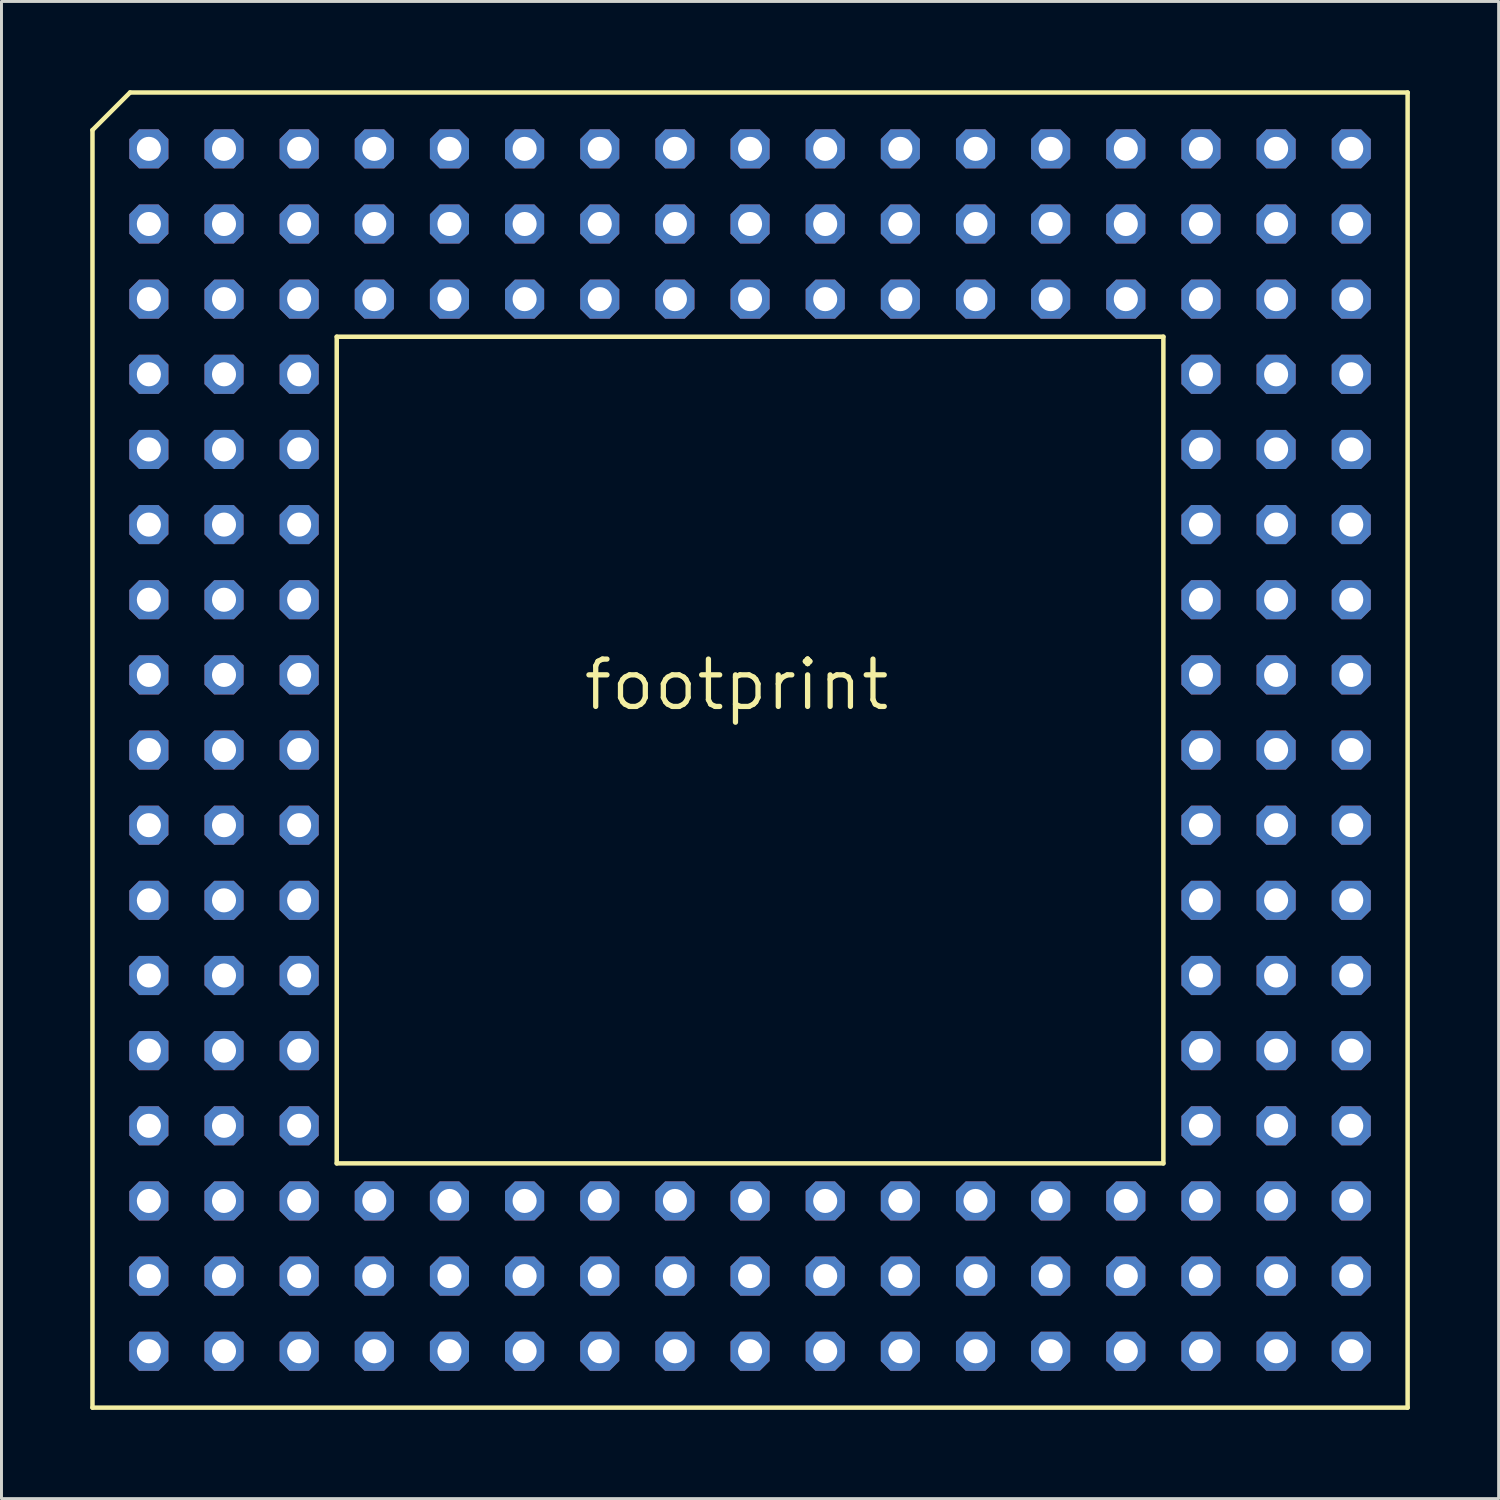
<source format=kicad_pcb>
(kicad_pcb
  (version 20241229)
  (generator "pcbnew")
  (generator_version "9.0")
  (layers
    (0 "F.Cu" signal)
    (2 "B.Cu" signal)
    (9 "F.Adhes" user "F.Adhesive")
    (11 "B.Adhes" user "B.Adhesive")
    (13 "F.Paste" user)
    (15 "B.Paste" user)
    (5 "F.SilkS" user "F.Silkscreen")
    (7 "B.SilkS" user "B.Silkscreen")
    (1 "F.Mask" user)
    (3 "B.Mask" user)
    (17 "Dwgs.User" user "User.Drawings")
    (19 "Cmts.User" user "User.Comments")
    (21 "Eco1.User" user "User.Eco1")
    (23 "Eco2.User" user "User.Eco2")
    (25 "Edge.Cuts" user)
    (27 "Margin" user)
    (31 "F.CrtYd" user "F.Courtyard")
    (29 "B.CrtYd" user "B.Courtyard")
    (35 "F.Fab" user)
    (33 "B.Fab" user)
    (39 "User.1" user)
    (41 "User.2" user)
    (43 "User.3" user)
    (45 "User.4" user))
  (footprint "footprint"
    (layer "F.Cu")
    (at 22.301 22.301)
    (property "Reference" "footprint" (at -5.715 -1.27 0) (layer "F.SilkS") (effects (font (size 1.6 1.6) (thickness 0.178)) (justify left bottom)))
    (fp_line (start -22.225 -20.955) (end -20.955 -22.225) (stroke (width 0.152) (type solid)) (layer "F.SilkS"))
    (fp_line (start -22.225 22.225) (end -22.225 -20.955) (stroke (width 0.152) (type solid)) (layer "F.SilkS"))
    (fp_line (start -20.955 -22.225) (end 22.225 -22.225) (stroke (width 0.152) (type solid)) (layer "F.SilkS"))
    (fp_line (start -13.97 -13.97) (end -13.97 13.97) (stroke (width 0.152) (type solid)) (layer "F.SilkS"))
    (fp_line (start -13.97 -13.97) (end 13.97 -13.97) (stroke (width 0.152) (type solid)) (layer "F.SilkS"))
    (fp_line (start -13.97 13.97) (end 13.97 13.97) (stroke (width 0.152) (type solid)) (layer "F.SilkS"))
    (fp_line (start 13.97 13.97) (end 13.97 -13.97) (stroke (width 0.152) (type solid)) (layer "F.SilkS"))
    (fp_line (start 22.225 -22.225) (end 22.225 22.225) (stroke (width 0.152) (type solid)) (layer "F.SilkS"))
    (fp_line (start 22.225 22.225) (end -22.225 22.225) (stroke (width 0.152) (type solid)) (layer "F.SilkS"))
    (pad "A01" thru_hole roundrect (at -20.32 -20.32 90) (size 1.321 1.321) (drill 0.813) (layers "*.Cu" "*.Mask") (roundrect_rratio 0.25) (chamfer_ratio 0.25) (chamfer top_left top_right bottom_left bottom_right))
    (pad "A02" thru_hole roundrect (at -17.78 -20.32 90) (size 1.321 1.321) (drill 0.813) (layers "*.Cu" "*.Mask") (roundrect_rratio 0.25) (chamfer_ratio 0.25) (chamfer top_left top_right bottom_left bottom_right))
    (pad "A03" thru_hole roundrect (at -15.24 -20.32 90) (size 1.321 1.321) (drill 0.813) (layers "*.Cu" "*.Mask") (roundrect_rratio 0.25) (chamfer_ratio 0.25) (chamfer top_left top_right bottom_left bottom_right))
    (pad "A04" thru_hole roundrect (at -12.7 -20.32 90) (size 1.321 1.321) (drill 0.813) (layers "*.Cu" "*.Mask") (roundrect_rratio 0.25) (chamfer_ratio 0.25) (chamfer top_left top_right bottom_left bottom_right))
    (pad "A05" thru_hole roundrect (at -10.16 -20.32 90) (size 1.321 1.321) (drill 0.813) (layers "*.Cu" "*.Mask") (roundrect_rratio 0.25) (chamfer_ratio 0.25) (chamfer top_left top_right bottom_left bottom_right))
    (pad "A06" thru_hole roundrect (at -7.62 -20.32 90) (size 1.321 1.321) (drill 0.813) (layers "*.Cu" "*.Mask") (roundrect_rratio 0.25) (chamfer_ratio 0.25) (chamfer top_left top_right bottom_left bottom_right))
    (pad "A07" thru_hole roundrect (at -5.08 -20.32 90) (size 1.321 1.321) (drill 0.813) (layers "*.Cu" "*.Mask") (roundrect_rratio 0.25) (chamfer_ratio 0.25) (chamfer top_left top_right bottom_left bottom_right))
    (pad "A08" thru_hole roundrect (at -2.54 -20.32 90) (size 1.321 1.321) (drill 0.813) (layers "*.Cu" "*.Mask") (roundrect_rratio 0.25) (chamfer_ratio 0.25) (chamfer top_left top_right bottom_left bottom_right))
    (pad "A09" thru_hole roundrect (at 0 -20.32 90) (size 1.321 1.321) (drill 0.813) (layers "*.Cu" "*.Mask") (roundrect_rratio 0.25) (chamfer_ratio 0.25) (chamfer top_left top_right bottom_left bottom_right))
    (pad "A10" thru_hole roundrect (at 2.54 -20.32 90) (size 1.321 1.321) (drill 0.813) (layers "*.Cu" "*.Mask") (roundrect_rratio 0.25) (chamfer_ratio 0.25) (chamfer top_left top_right bottom_left bottom_right))
    (pad "A11" thru_hole roundrect (at 5.08 -20.32 90) (size 1.321 1.321) (drill 0.813) (layers "*.Cu" "*.Mask") (roundrect_rratio 0.25) (chamfer_ratio 0.25) (chamfer top_left top_right bottom_left bottom_right))
    (pad "A12" thru_hole roundrect (at 7.62 -20.32 90) (size 1.321 1.321) (drill 0.813) (layers "*.Cu" "*.Mask") (roundrect_rratio 0.25) (chamfer_ratio 0.25) (chamfer top_left top_right bottom_left bottom_right))
    (pad "A13" thru_hole roundrect (at 10.16 -20.32 90) (size 1.321 1.321) (drill 0.813) (layers "*.Cu" "*.Mask") (roundrect_rratio 0.25) (chamfer_ratio 0.25) (chamfer top_left top_right bottom_left bottom_right))
    (pad "A14" thru_hole roundrect (at 12.7 -20.32 90) (size 1.321 1.321) (drill 0.813) (layers "*.Cu" "*.Mask") (roundrect_rratio 0.25) (chamfer_ratio 0.25) (chamfer top_left top_right bottom_left bottom_right))
    (pad "A15" thru_hole roundrect (at 15.24 -20.32 90) (size 1.321 1.321) (drill 0.813) (layers "*.Cu" "*.Mask") (roundrect_rratio 0.25) (chamfer_ratio 0.25) (chamfer top_left top_right bottom_left bottom_right))
    (pad "A16" thru_hole roundrect (at 17.78 -20.32 90) (size 1.321 1.321) (drill 0.813) (layers "*.Cu" "*.Mask") (roundrect_rratio 0.25) (chamfer_ratio 0.25) (chamfer top_left top_right bottom_left bottom_right))
    (pad "A17" thru_hole roundrect (at 20.32 -20.32 90) (size 1.321 1.321) (drill 0.813) (layers "*.Cu" "*.Mask") (roundrect_rratio 0.25) (chamfer_ratio 0.25) (chamfer top_left top_right bottom_left bottom_right))
    (pad "B01" thru_hole roundrect (at -20.32 -17.78 90) (size 1.321 1.321) (drill 0.813) (layers "*.Cu" "*.Mask") (roundrect_rratio 0.25) (chamfer_ratio 0.25) (chamfer top_left top_right bottom_left bottom_right))
    (pad "B02" thru_hole roundrect (at -17.78 -17.78 90) (size 1.321 1.321) (drill 0.813) (layers "*.Cu" "*.Mask") (roundrect_rratio 0.25) (chamfer_ratio 0.25) (chamfer top_left top_right bottom_left bottom_right))
    (pad "B03" thru_hole roundrect (at -15.24 -17.78 90) (size 1.321 1.321) (drill 0.813) (layers "*.Cu" "*.Mask") (roundrect_rratio 0.25) (chamfer_ratio 0.25) (chamfer top_left top_right bottom_left bottom_right))
    (pad "B04" thru_hole roundrect (at -12.7 -17.78 90) (size 1.321 1.321) (drill 0.813) (layers "*.Cu" "*.Mask") (roundrect_rratio 0.25) (chamfer_ratio 0.25) (chamfer top_left top_right bottom_left bottom_right))
    (pad "B05" thru_hole roundrect (at -10.16 -17.78 90) (size 1.321 1.321) (drill 0.813) (layers "*.Cu" "*.Mask") (roundrect_rratio 0.25) (chamfer_ratio 0.25) (chamfer top_left top_right bottom_left bottom_right))
    (pad "B06" thru_hole roundrect (at -7.62 -17.78 90) (size 1.321 1.321) (drill 0.813) (layers "*.Cu" "*.Mask") (roundrect_rratio 0.25) (chamfer_ratio 0.25) (chamfer top_left top_right bottom_left bottom_right))
    (pad "B07" thru_hole roundrect (at -5.08 -17.78 90) (size 1.321 1.321) (drill 0.813) (layers "*.Cu" "*.Mask") (roundrect_rratio 0.25) (chamfer_ratio 0.25) (chamfer top_left top_right bottom_left bottom_right))
    (pad "B08" thru_hole roundrect (at -2.54 -17.78 90) (size 1.321 1.321) (drill 0.813) (layers "*.Cu" "*.Mask") (roundrect_rratio 0.25) (chamfer_ratio 0.25) (chamfer top_left top_right bottom_left bottom_right))
    (pad "B09" thru_hole roundrect (at 0 -17.78 90) (size 1.321 1.321) (drill 0.813) (layers "*.Cu" "*.Mask") (roundrect_rratio 0.25) (chamfer_ratio 0.25) (chamfer top_left top_right bottom_left bottom_right))
    (pad "B10" thru_hole roundrect (at 2.54 -17.78 90) (size 1.321 1.321) (drill 0.813) (layers "*.Cu" "*.Mask") (roundrect_rratio 0.25) (chamfer_ratio 0.25) (chamfer top_left top_right bottom_left bottom_right))
    (pad "B11" thru_hole roundrect (at 5.08 -17.78 90) (size 1.321 1.321) (drill 0.813) (layers "*.Cu" "*.Mask") (roundrect_rratio 0.25) (chamfer_ratio 0.25) (chamfer top_left top_right bottom_left bottom_right))
    (pad "B12" thru_hole roundrect (at 7.62 -17.78 90) (size 1.321 1.321) (drill 0.813) (layers "*.Cu" "*.Mask") (roundrect_rratio 0.25) (chamfer_ratio 0.25) (chamfer top_left top_right bottom_left bottom_right))
    (pad "B13" thru_hole roundrect (at 10.16 -17.78 90) (size 1.321 1.321) (drill 0.813) (layers "*.Cu" "*.Mask") (roundrect_rratio 0.25) (chamfer_ratio 0.25) (chamfer top_left top_right bottom_left bottom_right))
    (pad "B14" thru_hole roundrect (at 12.7 -17.78 90) (size 1.321 1.321) (drill 0.813) (layers "*.Cu" "*.Mask") (roundrect_rratio 0.25) (chamfer_ratio 0.25) (chamfer top_left top_right bottom_left bottom_right))
    (pad "B15" thru_hole roundrect (at 15.24 -17.78 90) (size 1.321 1.321) (drill 0.813) (layers "*.Cu" "*.Mask") (roundrect_rratio 0.25) (chamfer_ratio 0.25) (chamfer top_left top_right bottom_left bottom_right))
    (pad "B16" thru_hole roundrect (at 17.78 -17.78 90) (size 1.321 1.321) (drill 0.813) (layers "*.Cu" "*.Mask") (roundrect_rratio 0.25) (chamfer_ratio 0.25) (chamfer top_left top_right bottom_left bottom_right))
    (pad "B17" thru_hole roundrect (at 20.32 -17.78 90) (size 1.321 1.321) (drill 0.813) (layers "*.Cu" "*.Mask") (roundrect_rratio 0.25) (chamfer_ratio 0.25) (chamfer top_left top_right bottom_left bottom_right))
    (pad "C01" thru_hole roundrect (at -20.32 -15.24 90) (size 1.321 1.321) (drill 0.813) (layers "*.Cu" "*.Mask") (roundrect_rratio 0.25) (chamfer_ratio 0.25) (chamfer top_left top_right bottom_left bottom_right))
    (pad "C02" thru_hole roundrect (at -17.78 -15.24 90) (size 1.321 1.321) (drill 0.813) (layers "*.Cu" "*.Mask") (roundrect_rratio 0.25) (chamfer_ratio 0.25) (chamfer top_left top_right bottom_left bottom_right))
    (pad "C03" thru_hole roundrect (at -15.24 -15.24 90) (size 1.321 1.321) (drill 0.813) (layers "*.Cu" "*.Mask") (roundrect_rratio 0.25) (chamfer_ratio 0.25) (chamfer top_left top_right bottom_left bottom_right))
    (pad "C04" thru_hole roundrect (at -12.7 -15.24 90) (size 1.321 1.321) (drill 0.813) (layers "*.Cu" "*.Mask") (roundrect_rratio 0.25) (chamfer_ratio 0.25) (chamfer top_left top_right bottom_left bottom_right))
    (pad "C05" thru_hole roundrect (at -10.16 -15.24 90) (size 1.321 1.321) (drill 0.813) (layers "*.Cu" "*.Mask") (roundrect_rratio 0.25) (chamfer_ratio 0.25) (chamfer top_left top_right bottom_left bottom_right))
    (pad "C06" thru_hole roundrect (at -7.62 -15.24 90) (size 1.321 1.321) (drill 0.813) (layers "*.Cu" "*.Mask") (roundrect_rratio 0.25) (chamfer_ratio 0.25) (chamfer top_left top_right bottom_left bottom_right))
    (pad "C07" thru_hole roundrect (at -5.08 -15.24 90) (size 1.321 1.321) (drill 0.813) (layers "*.Cu" "*.Mask") (roundrect_rratio 0.25) (chamfer_ratio 0.25) (chamfer top_left top_right bottom_left bottom_right))
    (pad "C08" thru_hole roundrect (at -2.54 -15.24 90) (size 1.321 1.321) (drill 0.813) (layers "*.Cu" "*.Mask") (roundrect_rratio 0.25) (chamfer_ratio 0.25) (chamfer top_left top_right bottom_left bottom_right))
    (pad "C09" thru_hole roundrect (at 0 -15.24 90) (size 1.321 1.321) (drill 0.813) (layers "*.Cu" "*.Mask") (roundrect_rratio 0.25) (chamfer_ratio 0.25) (chamfer top_left top_right bottom_left bottom_right))
    (pad "C10" thru_hole roundrect (at 2.54 -15.24 90) (size 1.321 1.321) (drill 0.813) (layers "*.Cu" "*.Mask") (roundrect_rratio 0.25) (chamfer_ratio 0.25) (chamfer top_left top_right bottom_left bottom_right))
    (pad "C11" thru_hole roundrect (at 5.08 -15.24 90) (size 1.321 1.321) (drill 0.813) (layers "*.Cu" "*.Mask") (roundrect_rratio 0.25) (chamfer_ratio 0.25) (chamfer top_left top_right bottom_left bottom_right))
    (pad "C12" thru_hole roundrect (at 7.62 -15.24 90) (size 1.321 1.321) (drill 0.813) (layers "*.Cu" "*.Mask") (roundrect_rratio 0.25) (chamfer_ratio 0.25) (chamfer top_left top_right bottom_left bottom_right))
    (pad "C13" thru_hole roundrect (at 10.16 -15.24 90) (size 1.321 1.321) (drill 0.813) (layers "*.Cu" "*.Mask") (roundrect_rratio 0.25) (chamfer_ratio 0.25) (chamfer top_left top_right bottom_left bottom_right))
    (pad "C14" thru_hole roundrect (at 12.7 -15.24 90) (size 1.321 1.321) (drill 0.813) (layers "*.Cu" "*.Mask") (roundrect_rratio 0.25) (chamfer_ratio 0.25) (chamfer top_left top_right bottom_left bottom_right))
    (pad "C15" thru_hole roundrect (at 15.24 -15.24 90) (size 1.321 1.321) (drill 0.813) (layers "*.Cu" "*.Mask") (roundrect_rratio 0.25) (chamfer_ratio 0.25) (chamfer top_left top_right bottom_left bottom_right))
    (pad "C16" thru_hole roundrect (at 17.78 -15.24 90) (size 1.321 1.321) (drill 0.813) (layers "*.Cu" "*.Mask") (roundrect_rratio 0.25) (chamfer_ratio 0.25) (chamfer top_left top_right bottom_left bottom_right))
    (pad "C17" thru_hole roundrect (at 20.32 -15.24 90) (size 1.321 1.321) (drill 0.813) (layers "*.Cu" "*.Mask") (roundrect_rratio 0.25) (chamfer_ratio 0.25) (chamfer top_left top_right bottom_left bottom_right))
    (pad "D01" thru_hole roundrect (at -20.32 -12.7 90) (size 1.321 1.321) (drill 0.813) (layers "*.Cu" "*.Mask") (roundrect_rratio 0.25) (chamfer_ratio 0.25) (chamfer top_left top_right bottom_left bottom_right))
    (pad "D02" thru_hole roundrect (at -17.78 -12.7 90) (size 1.321 1.321) (drill 0.813) (layers "*.Cu" "*.Mask") (roundrect_rratio 0.25) (chamfer_ratio 0.25) (chamfer top_left top_right bottom_left bottom_right))
    (pad "D03" thru_hole roundrect (at -15.24 -12.7 90) (size 1.321 1.321) (drill 0.813) (layers "*.Cu" "*.Mask") (roundrect_rratio 0.25) (chamfer_ratio 0.25) (chamfer top_left top_right bottom_left bottom_right))
    (pad "D15" thru_hole roundrect (at 15.24 -12.7 90) (size 1.321 1.321) (drill 0.813) (layers "*.Cu" "*.Mask") (roundrect_rratio 0.25) (chamfer_ratio 0.25) (chamfer top_left top_right bottom_left bottom_right))
    (pad "D16" thru_hole roundrect (at 17.78 -12.7 90) (size 1.321 1.321) (drill 0.813) (layers "*.Cu" "*.Mask") (roundrect_rratio 0.25) (chamfer_ratio 0.25) (chamfer top_left top_right bottom_left bottom_right))
    (pad "D17" thru_hole roundrect (at 20.32 -12.7 90) (size 1.321 1.321) (drill 0.813) (layers "*.Cu" "*.Mask") (roundrect_rratio 0.25) (chamfer_ratio 0.25) (chamfer top_left top_right bottom_left bottom_right))
    (pad "E01" thru_hole roundrect (at -20.32 -10.16 90) (size 1.321 1.321) (drill 0.813) (layers "*.Cu" "*.Mask") (roundrect_rratio 0.25) (chamfer_ratio 0.25) (chamfer top_left top_right bottom_left bottom_right))
    (pad "E02" thru_hole roundrect (at -17.78 -10.16 90) (size 1.321 1.321) (drill 0.813) (layers "*.Cu" "*.Mask") (roundrect_rratio 0.25) (chamfer_ratio 0.25) (chamfer top_left top_right bottom_left bottom_right))
    (pad "E03" thru_hole roundrect (at -15.24 -10.16 90) (size 1.321 1.321) (drill 0.813) (layers "*.Cu" "*.Mask") (roundrect_rratio 0.25) (chamfer_ratio 0.25) (chamfer top_left top_right bottom_left bottom_right))
    (pad "E15" thru_hole roundrect (at 15.24 -10.16 90) (size 1.321 1.321) (drill 0.813) (layers "*.Cu" "*.Mask") (roundrect_rratio 0.25) (chamfer_ratio 0.25) (chamfer top_left top_right bottom_left bottom_right))
    (pad "E16" thru_hole roundrect (at 17.78 -10.16 90) (size 1.321 1.321) (drill 0.813) (layers "*.Cu" "*.Mask") (roundrect_rratio 0.25) (chamfer_ratio 0.25) (chamfer top_left top_right bottom_left bottom_right))
    (pad "E17" thru_hole roundrect (at 20.32 -10.16 90) (size 1.321 1.321) (drill 0.813) (layers "*.Cu" "*.Mask") (roundrect_rratio 0.25) (chamfer_ratio 0.25) (chamfer top_left top_right bottom_left bottom_right))
    (pad "F01" thru_hole roundrect (at -20.32 -7.62 90) (size 1.321 1.321) (drill 0.813) (layers "*.Cu" "*.Mask") (roundrect_rratio 0.25) (chamfer_ratio 0.25) (chamfer top_left top_right bottom_left bottom_right))
    (pad "F02" thru_hole roundrect (at -17.78 -7.62 90) (size 1.321 1.321) (drill 0.813) (layers "*.Cu" "*.Mask") (roundrect_rratio 0.25) (chamfer_ratio 0.25) (chamfer top_left top_right bottom_left bottom_right))
    (pad "F03" thru_hole roundrect (at -15.24 -7.62 90) (size 1.321 1.321) (drill 0.813) (layers "*.Cu" "*.Mask") (roundrect_rratio 0.25) (chamfer_ratio 0.25) (chamfer top_left top_right bottom_left bottom_right))
    (pad "F15" thru_hole roundrect (at 15.24 -7.62 90) (size 1.321 1.321) (drill 0.813) (layers "*.Cu" "*.Mask") (roundrect_rratio 0.25) (chamfer_ratio 0.25) (chamfer top_left top_right bottom_left bottom_right))
    (pad "F16" thru_hole roundrect (at 17.78 -7.62 90) (size 1.321 1.321) (drill 0.813) (layers "*.Cu" "*.Mask") (roundrect_rratio 0.25) (chamfer_ratio 0.25) (chamfer top_left top_right bottom_left bottom_right))
    (pad "F17" thru_hole roundrect (at 20.32 -7.62 90) (size 1.321 1.321) (drill 0.813) (layers "*.Cu" "*.Mask") (roundrect_rratio 0.25) (chamfer_ratio 0.25) (chamfer top_left top_right bottom_left bottom_right))
    (pad "G01" thru_hole roundrect (at -20.32 -5.08 90) (size 1.321 1.321) (drill 0.813) (layers "*.Cu" "*.Mask") (roundrect_rratio 0.25) (chamfer_ratio 0.25) (chamfer top_left top_right bottom_left bottom_right))
    (pad "G02" thru_hole roundrect (at -17.78 -5.08 90) (size 1.321 1.321) (drill 0.813) (layers "*.Cu" "*.Mask") (roundrect_rratio 0.25) (chamfer_ratio 0.25) (chamfer top_left top_right bottom_left bottom_right))
    (pad "G03" thru_hole roundrect (at -15.24 -5.08 90) (size 1.321 1.321) (drill 0.813) (layers "*.Cu" "*.Mask") (roundrect_rratio 0.25) (chamfer_ratio 0.25) (chamfer top_left top_right bottom_left bottom_right))
    (pad "G15" thru_hole roundrect (at 15.24 -5.08 90) (size 1.321 1.321) (drill 0.813) (layers "*.Cu" "*.Mask") (roundrect_rratio 0.25) (chamfer_ratio 0.25) (chamfer top_left top_right bottom_left bottom_right))
    (pad "G16" thru_hole roundrect (at 17.78 -5.08 90) (size 1.321 1.321) (drill 0.813) (layers "*.Cu" "*.Mask") (roundrect_rratio 0.25) (chamfer_ratio 0.25) (chamfer top_left top_right bottom_left bottom_right))
    (pad "G17" thru_hole roundrect (at 20.32 -5.08 90) (size 1.321 1.321) (drill 0.813) (layers "*.Cu" "*.Mask") (roundrect_rratio 0.25) (chamfer_ratio 0.25) (chamfer top_left top_right bottom_left bottom_right))
    (pad "H01" thru_hole roundrect (at -20.32 -2.54 90) (size 1.321 1.321) (drill 0.813) (layers "*.Cu" "*.Mask") (roundrect_rratio 0.25) (chamfer_ratio 0.25) (chamfer top_left top_right bottom_left bottom_right))
    (pad "H02" thru_hole roundrect (at -17.78 -2.54 90) (size 1.321 1.321) (drill 0.813) (layers "*.Cu" "*.Mask") (roundrect_rratio 0.25) (chamfer_ratio 0.25) (chamfer top_left top_right bottom_left bottom_right))
    (pad "H03" thru_hole roundrect (at -15.24 -2.54 90) (size 1.321 1.321) (drill 0.813) (layers "*.Cu" "*.Mask") (roundrect_rratio 0.25) (chamfer_ratio 0.25) (chamfer top_left top_right bottom_left bottom_right))
    (pad "H15" thru_hole roundrect (at 15.24 -2.54 90) (size 1.321 1.321) (drill 0.813) (layers "*.Cu" "*.Mask") (roundrect_rratio 0.25) (chamfer_ratio 0.25) (chamfer top_left top_right bottom_left bottom_right))
    (pad "H16" thru_hole roundrect (at 17.78 -2.54 90) (size 1.321 1.321) (drill 0.813) (layers "*.Cu" "*.Mask") (roundrect_rratio 0.25) (chamfer_ratio 0.25) (chamfer top_left top_right bottom_left bottom_right))
    (pad "H17" thru_hole roundrect (at 20.32 -2.54 90) (size 1.321 1.321) (drill 0.813) (layers "*.Cu" "*.Mask") (roundrect_rratio 0.25) (chamfer_ratio 0.25) (chamfer top_left top_right bottom_left bottom_right))
    (pad "J01" thru_hole roundrect (at -20.32 0 90) (size 1.321 1.321) (drill 0.813) (layers "*.Cu" "*.Mask") (roundrect_rratio 0.25) (chamfer_ratio 0.25) (chamfer top_left top_right bottom_left bottom_right))
    (pad "J02" thru_hole roundrect (at -17.78 0 90) (size 1.321 1.321) (drill 0.813) (layers "*.Cu" "*.Mask") (roundrect_rratio 0.25) (chamfer_ratio 0.25) (chamfer top_left top_right bottom_left bottom_right))
    (pad "J03" thru_hole roundrect (at -15.24 0 90) (size 1.321 1.321) (drill 0.813) (layers "*.Cu" "*.Mask") (roundrect_rratio 0.25) (chamfer_ratio 0.25) (chamfer top_left top_right bottom_left bottom_right))
    (pad "J15" thru_hole roundrect (at 15.24 0 90) (size 1.321 1.321) (drill 0.813) (layers "*.Cu" "*.Mask") (roundrect_rratio 0.25) (chamfer_ratio 0.25) (chamfer top_left top_right bottom_left bottom_right))
    (pad "J16" thru_hole roundrect (at 17.78 0 90) (size 1.321 1.321) (drill 0.813) (layers "*.Cu" "*.Mask") (roundrect_rratio 0.25) (chamfer_ratio 0.25) (chamfer top_left top_right bottom_left bottom_right))
    (pad "J17" thru_hole roundrect (at 20.32 0 90) (size 1.321 1.321) (drill 0.813) (layers "*.Cu" "*.Mask") (roundrect_rratio 0.25) (chamfer_ratio 0.25) (chamfer top_left top_right bottom_left bottom_right))
    (pad "K01" thru_hole roundrect (at -20.32 2.54 90) (size 1.321 1.321) (drill 0.813) (layers "*.Cu" "*.Mask") (roundrect_rratio 0.25) (chamfer_ratio 0.25) (chamfer top_left top_right bottom_left bottom_right))
    (pad "K02" thru_hole roundrect (at -17.78 2.54 90) (size 1.321 1.321) (drill 0.813) (layers "*.Cu" "*.Mask") (roundrect_rratio 0.25) (chamfer_ratio 0.25) (chamfer top_left top_right bottom_left bottom_right))
    (pad "K03" thru_hole roundrect (at -15.24 2.54 90) (size 1.321 1.321) (drill 0.813) (layers "*.Cu" "*.Mask") (roundrect_rratio 0.25) (chamfer_ratio 0.25) (chamfer top_left top_right bottom_left bottom_right))
    (pad "K15" thru_hole roundrect (at 15.24 2.54 90) (size 1.321 1.321) (drill 0.813) (layers "*.Cu" "*.Mask") (roundrect_rratio 0.25) (chamfer_ratio 0.25) (chamfer top_left top_right bottom_left bottom_right))
    (pad "K16" thru_hole roundrect (at 17.78 2.54 90) (size 1.321 1.321) (drill 0.813) (layers "*.Cu" "*.Mask") (roundrect_rratio 0.25) (chamfer_ratio 0.25) (chamfer top_left top_right bottom_left bottom_right))
    (pad "K17" thru_hole roundrect (at 20.32 2.54 90) (size 1.321 1.321) (drill 0.813) (layers "*.Cu" "*.Mask") (roundrect_rratio 0.25) (chamfer_ratio 0.25) (chamfer top_left top_right bottom_left bottom_right))
    (pad "L01" thru_hole roundrect (at -20.32 5.08 90) (size 1.321 1.321) (drill 0.813) (layers "*.Cu" "*.Mask") (roundrect_rratio 0.25) (chamfer_ratio 0.25) (chamfer top_left top_right bottom_left bottom_right))
    (pad "L02" thru_hole roundrect (at -17.78 5.08 90) (size 1.321 1.321) (drill 0.813) (layers "*.Cu" "*.Mask") (roundrect_rratio 0.25) (chamfer_ratio 0.25) (chamfer top_left top_right bottom_left bottom_right))
    (pad "L03" thru_hole roundrect (at -15.24 5.08 90) (size 1.321 1.321) (drill 0.813) (layers "*.Cu" "*.Mask") (roundrect_rratio 0.25) (chamfer_ratio 0.25) (chamfer top_left top_right bottom_left bottom_right))
    (pad "L15" thru_hole roundrect (at 15.24 5.08 90) (size 1.321 1.321) (drill 0.813) (layers "*.Cu" "*.Mask") (roundrect_rratio 0.25) (chamfer_ratio 0.25) (chamfer top_left top_right bottom_left bottom_right))
    (pad "L16" thru_hole roundrect (at 17.78 5.08 90) (size 1.321 1.321) (drill 0.813) (layers "*.Cu" "*.Mask") (roundrect_rratio 0.25) (chamfer_ratio 0.25) (chamfer top_left top_right bottom_left bottom_right))
    (pad "L17" thru_hole roundrect (at 20.32 5.08 90) (size 1.321 1.321) (drill 0.813) (layers "*.Cu" "*.Mask") (roundrect_rratio 0.25) (chamfer_ratio 0.25) (chamfer top_left top_right bottom_left bottom_right))
    (pad "M01" thru_hole roundrect (at -20.32 7.62 90) (size 1.321 1.321) (drill 0.813) (layers "*.Cu" "*.Mask") (roundrect_rratio 0.25) (chamfer_ratio 0.25) (chamfer top_left top_right bottom_left bottom_right))
    (pad "M02" thru_hole roundrect (at -17.78 7.62 90) (size 1.321 1.321) (drill 0.813) (layers "*.Cu" "*.Mask") (roundrect_rratio 0.25) (chamfer_ratio 0.25) (chamfer top_left top_right bottom_left bottom_right))
    (pad "M03" thru_hole roundrect (at -15.24 7.62 90) (size 1.321 1.321) (drill 0.813) (layers "*.Cu" "*.Mask") (roundrect_rratio 0.25) (chamfer_ratio 0.25) (chamfer top_left top_right bottom_left bottom_right))
    (pad "M15" thru_hole roundrect (at 15.24 7.62 90) (size 1.321 1.321) (drill 0.813) (layers "*.Cu" "*.Mask") (roundrect_rratio 0.25) (chamfer_ratio 0.25) (chamfer top_left top_right bottom_left bottom_right))
    (pad "M16" thru_hole roundrect (at 17.78 7.62 90) (size 1.321 1.321) (drill 0.813) (layers "*.Cu" "*.Mask") (roundrect_rratio 0.25) (chamfer_ratio 0.25) (chamfer top_left top_right bottom_left bottom_right))
    (pad "M17" thru_hole roundrect (at 20.32 7.62 90) (size 1.321 1.321) (drill 0.813) (layers "*.Cu" "*.Mask") (roundrect_rratio 0.25) (chamfer_ratio 0.25) (chamfer top_left top_right bottom_left bottom_right))
    (pad "N01" thru_hole roundrect (at -20.32 10.16 90) (size 1.321 1.321) (drill 0.813) (layers "*.Cu" "*.Mask") (roundrect_rratio 0.25) (chamfer_ratio 0.25) (chamfer top_left top_right bottom_left bottom_right))
    (pad "N02" thru_hole roundrect (at -17.78 10.16 90) (size 1.321 1.321) (drill 0.813) (layers "*.Cu" "*.Mask") (roundrect_rratio 0.25) (chamfer_ratio 0.25) (chamfer top_left top_right bottom_left bottom_right))
    (pad "N03" thru_hole roundrect (at -15.24 10.16 90) (size 1.321 1.321) (drill 0.813) (layers "*.Cu" "*.Mask") (roundrect_rratio 0.25) (chamfer_ratio 0.25) (chamfer top_left top_right bottom_left bottom_right))
    (pad "N15" thru_hole roundrect (at 15.24 10.16 90) (size 1.321 1.321) (drill 0.813) (layers "*.Cu" "*.Mask") (roundrect_rratio 0.25) (chamfer_ratio 0.25) (chamfer top_left top_right bottom_left bottom_right))
    (pad "N16" thru_hole roundrect (at 17.78 10.16 90) (size 1.321 1.321) (drill 0.813) (layers "*.Cu" "*.Mask") (roundrect_rratio 0.25) (chamfer_ratio 0.25) (chamfer top_left top_right bottom_left bottom_right))
    (pad "N17" thru_hole roundrect (at 20.32 10.16 90) (size 1.321 1.321) (drill 0.813) (layers "*.Cu" "*.Mask") (roundrect_rratio 0.25) (chamfer_ratio 0.25) (chamfer top_left top_right bottom_left bottom_right))
    (pad "P01" thru_hole roundrect (at -20.32 12.7 90) (size 1.321 1.321) (drill 0.813) (layers "*.Cu" "*.Mask") (roundrect_rratio 0.25) (chamfer_ratio 0.25) (chamfer top_left top_right bottom_left bottom_right))
    (pad "P02" thru_hole roundrect (at -17.78 12.7 90) (size 1.321 1.321) (drill 0.813) (layers "*.Cu" "*.Mask") (roundrect_rratio 0.25) (chamfer_ratio 0.25) (chamfer top_left top_right bottom_left bottom_right))
    (pad "P03" thru_hole roundrect (at -15.24 12.7 90) (size 1.321 1.321) (drill 0.813) (layers "*.Cu" "*.Mask") (roundrect_rratio 0.25) (chamfer_ratio 0.25) (chamfer top_left top_right bottom_left bottom_right))
    (pad "P15" thru_hole roundrect (at 15.24 12.7 90) (size 1.321 1.321) (drill 0.813) (layers "*.Cu" "*.Mask") (roundrect_rratio 0.25) (chamfer_ratio 0.25) (chamfer top_left top_right bottom_left bottom_right))
    (pad "P16" thru_hole roundrect (at 17.78 12.7 90) (size 1.321 1.321) (drill 0.813) (layers "*.Cu" "*.Mask") (roundrect_rratio 0.25) (chamfer_ratio 0.25) (chamfer top_left top_right bottom_left bottom_right))
    (pad "P17" thru_hole roundrect (at 20.32 12.7 90) (size 1.321 1.321) (drill 0.813) (layers "*.Cu" "*.Mask") (roundrect_rratio 0.25) (chamfer_ratio 0.25) (chamfer top_left top_right bottom_left bottom_right))
    (pad "Q01" thru_hole roundrect (at -20.32 15.24 90) (size 1.321 1.321) (drill 0.813) (layers "*.Cu" "*.Mask") (roundrect_rratio 0.25) (chamfer_ratio 0.25) (chamfer top_left top_right bottom_left bottom_right))
    (pad "Q02" thru_hole roundrect (at -17.78 15.24 90) (size 1.321 1.321) (drill 0.813) (layers "*.Cu" "*.Mask") (roundrect_rratio 0.25) (chamfer_ratio 0.25) (chamfer top_left top_right bottom_left bottom_right))
    (pad "Q03" thru_hole roundrect (at -15.24 15.24 90) (size 1.321 1.321) (drill 0.813) (layers "*.Cu" "*.Mask") (roundrect_rratio 0.25) (chamfer_ratio 0.25) (chamfer top_left top_right bottom_left bottom_right))
    (pad "Q04" thru_hole roundrect (at -12.7 15.24 90) (size 1.321 1.321) (drill 0.813) (layers "*.Cu" "*.Mask") (roundrect_rratio 0.25) (chamfer_ratio 0.25) (chamfer top_left top_right bottom_left bottom_right))
    (pad "Q05" thru_hole roundrect (at -10.16 15.24 90) (size 1.321 1.321) (drill 0.813) (layers "*.Cu" "*.Mask") (roundrect_rratio 0.25) (chamfer_ratio 0.25) (chamfer top_left top_right bottom_left bottom_right))
    (pad "Q06" thru_hole roundrect (at -7.62 15.24 90) (size 1.321 1.321) (drill 0.813) (layers "*.Cu" "*.Mask") (roundrect_rratio 0.25) (chamfer_ratio 0.25) (chamfer top_left top_right bottom_left bottom_right))
    (pad "Q07" thru_hole roundrect (at -5.08 15.24 90) (size 1.321 1.321) (drill 0.813) (layers "*.Cu" "*.Mask") (roundrect_rratio 0.25) (chamfer_ratio 0.25) (chamfer top_left top_right bottom_left bottom_right))
    (pad "Q08" thru_hole roundrect (at -2.54 15.24 90) (size 1.321 1.321) (drill 0.813) (layers "*.Cu" "*.Mask") (roundrect_rratio 0.25) (chamfer_ratio 0.25) (chamfer top_left top_right bottom_left bottom_right))
    (pad "Q09" thru_hole roundrect (at 0 15.24 90) (size 1.321 1.321) (drill 0.813) (layers "*.Cu" "*.Mask") (roundrect_rratio 0.25) (chamfer_ratio 0.25) (chamfer top_left top_right bottom_left bottom_right))
    (pad "Q10" thru_hole roundrect (at 2.54 15.24 90) (size 1.321 1.321) (drill 0.813) (layers "*.Cu" "*.Mask") (roundrect_rratio 0.25) (chamfer_ratio 0.25) (chamfer top_left top_right bottom_left bottom_right))
    (pad "Q11" thru_hole roundrect (at 5.08 15.24 90) (size 1.321 1.321) (drill 0.813) (layers "*.Cu" "*.Mask") (roundrect_rratio 0.25) (chamfer_ratio 0.25) (chamfer top_left top_right bottom_left bottom_right))
    (pad "Q12" thru_hole roundrect (at 7.62 15.24 90) (size 1.321 1.321) (drill 0.813) (layers "*.Cu" "*.Mask") (roundrect_rratio 0.25) (chamfer_ratio 0.25) (chamfer top_left top_right bottom_left bottom_right))
    (pad "Q13" thru_hole roundrect (at 10.16 15.24 90) (size 1.321 1.321) (drill 0.813) (layers "*.Cu" "*.Mask") (roundrect_rratio 0.25) (chamfer_ratio 0.25) (chamfer top_left top_right bottom_left bottom_right))
    (pad "Q14" thru_hole roundrect (at 12.7 15.24 90) (size 1.321 1.321) (drill 0.813) (layers "*.Cu" "*.Mask") (roundrect_rratio 0.25) (chamfer_ratio 0.25) (chamfer top_left top_right bottom_left bottom_right))
    (pad "Q15" thru_hole roundrect (at 15.24 15.24 90) (size 1.321 1.321) (drill 0.813) (layers "*.Cu" "*.Mask") (roundrect_rratio 0.25) (chamfer_ratio 0.25) (chamfer top_left top_right bottom_left bottom_right))
    (pad "Q16" thru_hole roundrect (at 17.78 15.24 90) (size 1.321 1.321) (drill 0.813) (layers "*.Cu" "*.Mask") (roundrect_rratio 0.25) (chamfer_ratio 0.25) (chamfer top_left top_right bottom_left bottom_right))
    (pad "Q17" thru_hole roundrect (at 20.32 15.24 90) (size 1.321 1.321) (drill 0.813) (layers "*.Cu" "*.Mask") (roundrect_rratio 0.25) (chamfer_ratio 0.25) (chamfer top_left top_right bottom_left bottom_right))
    (pad "R01" thru_hole roundrect (at -20.32 17.78 90) (size 1.321 1.321) (drill 0.813) (layers "*.Cu" "*.Mask") (roundrect_rratio 0.25) (chamfer_ratio 0.25) (chamfer top_left top_right bottom_left bottom_right))
    (pad "R02" thru_hole roundrect (at -17.78 17.78 90) (size 1.321 1.321) (drill 0.813) (layers "*.Cu" "*.Mask") (roundrect_rratio 0.25) (chamfer_ratio 0.25) (chamfer top_left top_right bottom_left bottom_right))
    (pad "R03" thru_hole roundrect (at -15.24 17.78 90) (size 1.321 1.321) (drill 0.813) (layers "*.Cu" "*.Mask") (roundrect_rratio 0.25) (chamfer_ratio 0.25) (chamfer top_left top_right bottom_left bottom_right))
    (pad "R04" thru_hole roundrect (at -12.7 17.78 90) (size 1.321 1.321) (drill 0.813) (layers "*.Cu" "*.Mask") (roundrect_rratio 0.25) (chamfer_ratio 0.25) (chamfer top_left top_right bottom_left bottom_right))
    (pad "R05" thru_hole roundrect (at -10.16 17.78 90) (size 1.321 1.321) (drill 0.813) (layers "*.Cu" "*.Mask") (roundrect_rratio 0.25) (chamfer_ratio 0.25) (chamfer top_left top_right bottom_left bottom_right))
    (pad "R06" thru_hole roundrect (at -7.62 17.78 90) (size 1.321 1.321) (drill 0.813) (layers "*.Cu" "*.Mask") (roundrect_rratio 0.25) (chamfer_ratio 0.25) (chamfer top_left top_right bottom_left bottom_right))
    (pad "R07" thru_hole roundrect (at -5.08 17.78 90) (size 1.321 1.321) (drill 0.813) (layers "*.Cu" "*.Mask") (roundrect_rratio 0.25) (chamfer_ratio 0.25) (chamfer top_left top_right bottom_left bottom_right))
    (pad "R08" thru_hole roundrect (at -2.54 17.78 90) (size 1.321 1.321) (drill 0.813) (layers "*.Cu" "*.Mask") (roundrect_rratio 0.25) (chamfer_ratio 0.25) (chamfer top_left top_right bottom_left bottom_right))
    (pad "R09" thru_hole roundrect (at 0 17.78 90) (size 1.321 1.321) (drill 0.813) (layers "*.Cu" "*.Mask") (roundrect_rratio 0.25) (chamfer_ratio 0.25) (chamfer top_left top_right bottom_left bottom_right))
    (pad "R10" thru_hole roundrect (at 2.54 17.78 90) (size 1.321 1.321) (drill 0.813) (layers "*.Cu" "*.Mask") (roundrect_rratio 0.25) (chamfer_ratio 0.25) (chamfer top_left top_right bottom_left bottom_right))
    (pad "R11" thru_hole roundrect (at 5.08 17.78 90) (size 1.321 1.321) (drill 0.813) (layers "*.Cu" "*.Mask") (roundrect_rratio 0.25) (chamfer_ratio 0.25) (chamfer top_left top_right bottom_left bottom_right))
    (pad "R12" thru_hole roundrect (at 7.62 17.78 90) (size 1.321 1.321) (drill 0.813) (layers "*.Cu" "*.Mask") (roundrect_rratio 0.25) (chamfer_ratio 0.25) (chamfer top_left top_right bottom_left bottom_right))
    (pad "R13" thru_hole roundrect (at 10.16 17.78 90) (size 1.321 1.321) (drill 0.813) (layers "*.Cu" "*.Mask") (roundrect_rratio 0.25) (chamfer_ratio 0.25) (chamfer top_left top_right bottom_left bottom_right))
    (pad "R14" thru_hole roundrect (at 12.7 17.78 90) (size 1.321 1.321) (drill 0.813) (layers "*.Cu" "*.Mask") (roundrect_rratio 0.25) (chamfer_ratio 0.25) (chamfer top_left top_right bottom_left bottom_right))
    (pad "R15" thru_hole roundrect (at 15.24 17.78 90) (size 1.321 1.321) (drill 0.813) (layers "*.Cu" "*.Mask") (roundrect_rratio 0.25) (chamfer_ratio 0.25) (chamfer top_left top_right bottom_left bottom_right))
    (pad "R16" thru_hole roundrect (at 17.78 17.78 90) (size 1.321 1.321) (drill 0.813) (layers "*.Cu" "*.Mask") (roundrect_rratio 0.25) (chamfer_ratio 0.25) (chamfer top_left top_right bottom_left bottom_right))
    (pad "R17" thru_hole roundrect (at 20.32 17.78 90) (size 1.321 1.321) (drill 0.813) (layers "*.Cu" "*.Mask") (roundrect_rratio 0.25) (chamfer_ratio 0.25) (chamfer top_left top_right bottom_left bottom_right))
    (pad "S01" thru_hole roundrect (at -20.32 20.32 90) (size 1.321 1.321) (drill 0.813) (layers "*.Cu" "*.Mask") (roundrect_rratio 0.25) (chamfer_ratio 0.25) (chamfer top_left top_right bottom_left bottom_right))
    (pad "S02" thru_hole roundrect (at -17.78 20.32 90) (size 1.321 1.321) (drill 0.813) (layers "*.Cu" "*.Mask") (roundrect_rratio 0.25) (chamfer_ratio 0.25) (chamfer top_left top_right bottom_left bottom_right))
    (pad "S03" thru_hole roundrect (at -15.24 20.32 90) (size 1.321 1.321) (drill 0.813) (layers "*.Cu" "*.Mask") (roundrect_rratio 0.25) (chamfer_ratio 0.25) (chamfer top_left top_right bottom_left bottom_right))
    (pad "S04" thru_hole roundrect (at -12.7 20.32 90) (size 1.321 1.321) (drill 0.813) (layers "*.Cu" "*.Mask") (roundrect_rratio 0.25) (chamfer_ratio 0.25) (chamfer top_left top_right bottom_left bottom_right))
    (pad "S05" thru_hole roundrect (at -10.16 20.32 90) (size 1.321 1.321) (drill 0.813) (layers "*.Cu" "*.Mask") (roundrect_rratio 0.25) (chamfer_ratio 0.25) (chamfer top_left top_right bottom_left bottom_right))
    (pad "S06" thru_hole roundrect (at -7.62 20.32 90) (size 1.321 1.321) (drill 0.813) (layers "*.Cu" "*.Mask") (roundrect_rratio 0.25) (chamfer_ratio 0.25) (chamfer top_left top_right bottom_left bottom_right))
    (pad "S07" thru_hole roundrect (at -5.08 20.32 90) (size 1.321 1.321) (drill 0.813) (layers "*.Cu" "*.Mask") (roundrect_rratio 0.25) (chamfer_ratio 0.25) (chamfer top_left top_right bottom_left bottom_right))
    (pad "S08" thru_hole roundrect (at -2.54 20.32 90) (size 1.321 1.321) (drill 0.813) (layers "*.Cu" "*.Mask") (roundrect_rratio 0.25) (chamfer_ratio 0.25) (chamfer top_left top_right bottom_left bottom_right))
    (pad "S09" thru_hole roundrect (at 0 20.32 90) (size 1.321 1.321) (drill 0.813) (layers "*.Cu" "*.Mask") (roundrect_rratio 0.25) (chamfer_ratio 0.25) (chamfer top_left top_right bottom_left bottom_right))
    (pad "S10" thru_hole roundrect (at 2.54 20.32 90) (size 1.321 1.321) (drill 0.813) (layers "*.Cu" "*.Mask") (roundrect_rratio 0.25) (chamfer_ratio 0.25) (chamfer top_left top_right bottom_left bottom_right))
    (pad "S11" thru_hole roundrect (at 5.08 20.32 90) (size 1.321 1.321) (drill 0.813) (layers "*.Cu" "*.Mask") (roundrect_rratio 0.25) (chamfer_ratio 0.25) (chamfer top_left top_right bottom_left bottom_right))
    (pad "S12" thru_hole roundrect (at 7.62 20.32 90) (size 1.321 1.321) (drill 0.813) (layers "*.Cu" "*.Mask") (roundrect_rratio 0.25) (chamfer_ratio 0.25) (chamfer top_left top_right bottom_left bottom_right))
    (pad "S13" thru_hole roundrect (at 10.16 20.32 90) (size 1.321 1.321) (drill 0.813) (layers "*.Cu" "*.Mask") (roundrect_rratio 0.25) (chamfer_ratio 0.25) (chamfer top_left top_right bottom_left bottom_right))
    (pad "S14" thru_hole roundrect (at 12.7 20.32 90) (size 1.321 1.321) (drill 0.813) (layers "*.Cu" "*.Mask") (roundrect_rratio 0.25) (chamfer_ratio 0.25) (chamfer top_left top_right bottom_left bottom_right))
    (pad "S15" thru_hole roundrect (at 15.24 20.32 90) (size 1.321 1.321) (drill 0.813) (layers "*.Cu" "*.Mask") (roundrect_rratio 0.25) (chamfer_ratio 0.25) (chamfer top_left top_right bottom_left bottom_right))
    (pad "S16" thru_hole roundrect (at 17.78 20.32 90) (size 1.321 1.321) (drill 0.813) (layers "*.Cu" "*.Mask") (roundrect_rratio 0.25) (chamfer_ratio 0.25) (chamfer top_left top_right bottom_left bottom_right))
    (pad "S17" thru_hole roundrect (at 20.32 20.32 90) (size 1.321 1.321) (drill 0.813) (layers "*.Cu" "*.Mask") (roundrect_rratio 0.25) (chamfer_ratio 0.25) (chamfer top_left top_right bottom_left bottom_right)))
  (gr_rect
    (start -3 -3)
    (end 47.602 47.602)
    (stroke (width 0.1) (type default))
    (fill no)
    (layer "Edge.Cuts")))
</source>
